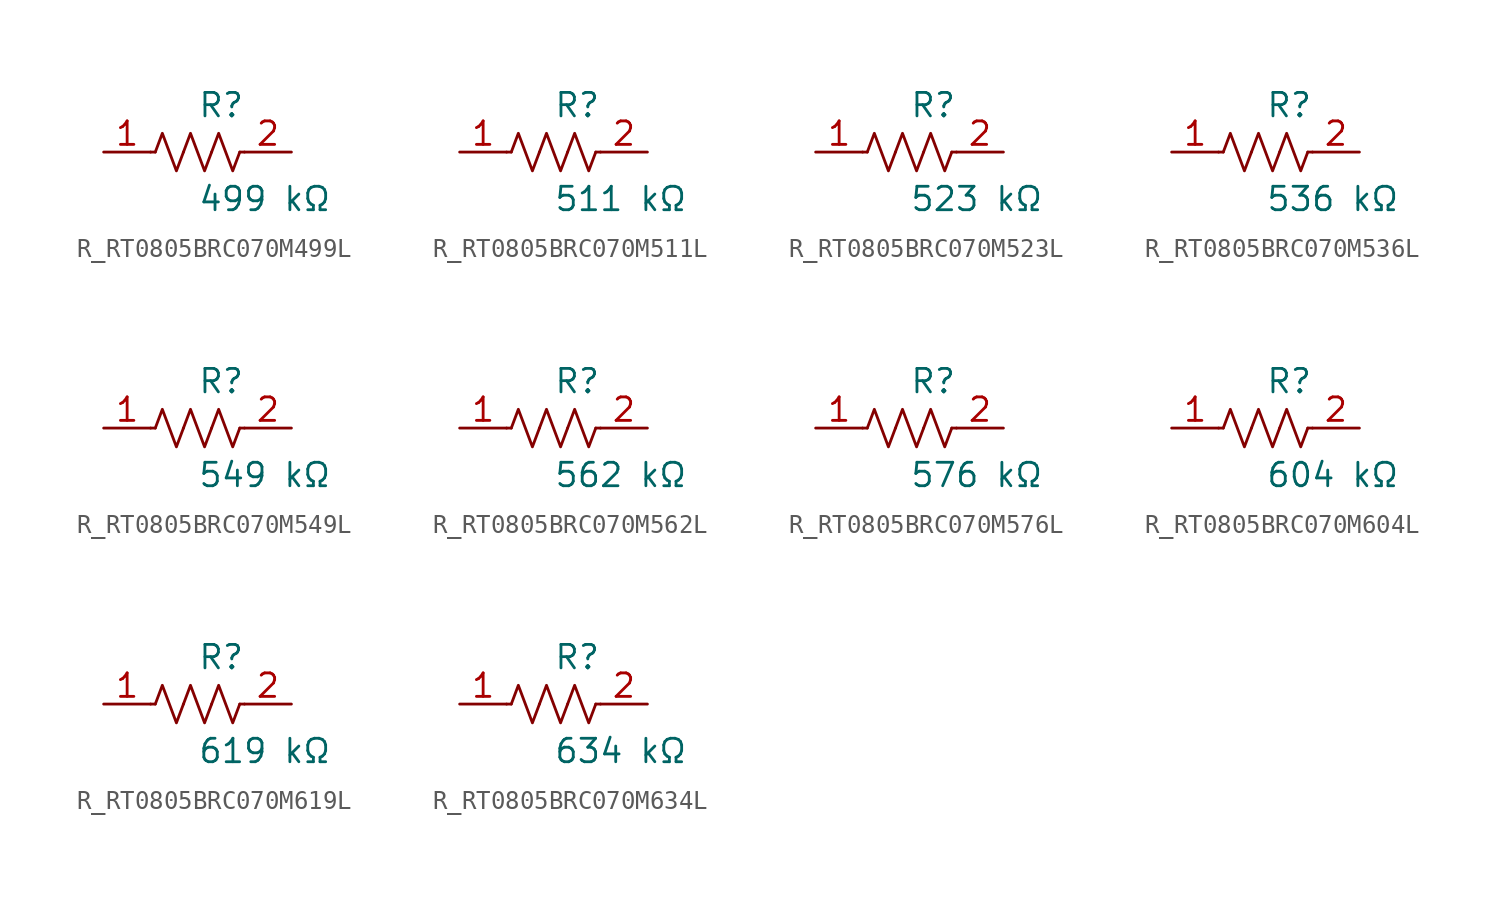
<source format=kicad_sym>
(kicad_symbol_lib
  (version 20231120)
  (generator kicad_symbol_editor)
  (generator_version 8.0)
  (symbol "R_RT0805BRC070M499L"
    (pin_names
      (offset 0.254))
    (property "Reference" "R"
      (at 0.0 2.54 0)
      (effects (font (size 1.27 1.27)) (justify left)))
    (property "Value" "499 kΩ"
      (at 0.0 -2.54 0)
      (effects (font (size 1.27 1.27)) (justify left)))
    (symbol "R_RT0805BRC070M499L_0_1"
      (polyline (pts (xy 2.286 0) (xy 2.54 0)) (stroke (width 0) (type default)) (fill (type none)))
      (polyline (pts (xy -2.286 0) (xy -2.54 0)) (stroke (width 0) (type default)) (fill (type none)))
      (polyline (pts (xy 0.762 0) (xy 1.143 1.016) (xy 1.524 0) (xy 1.905 -1.016) (xy 2.286 0)) (stroke (width 0) (type default)) (fill (type none)))
      (polyline (pts (xy -0.762 0) (xy -0.381 1.016) (xy 0 0) (xy 0.381 -1.016) (xy 0.762 0)) (stroke (width 0) (type default)) (fill (type none)))
      (polyline (pts (xy -2.286 0) (xy -1.905 1.016) (xy -1.524 0) (xy -1.143 -1.016) (xy -0.762 0)) (stroke (width 0) (type default)) (fill (type none))))
    (pin unspecified line
      (at -5.08 0 0)
      (length 2.54)
      (name "" (effects (font (size 1.27 1.27))))
      (number "1" (effects (font (size 1.27 1.27)))))
    (pin unspecified line
      (at 5.08 0 180)
      (length 2.54)
      (name "" (effects (font (size 1.27 1.27))))
      (number "2" (effects (font (size 1.27 1.27))))))
  (symbol "R_RT0805BRC070M511L"
    (pin_names
      (offset 0.254))
    (property "Reference" "R"
      (at 0.0 2.54 0)
      (effects (font (size 1.27 1.27)) (justify left)))
    (property "Value" "511 kΩ"
      (at 0.0 -2.54 0)
      (effects (font (size 1.27 1.27)) (justify left)))
    (symbol "R_RT0805BRC070M511L_0_1"
      (polyline (pts (xy 2.286 0) (xy 2.54 0)) (stroke (width 0) (type default)) (fill (type none)))
      (polyline (pts (xy -2.286 0) (xy -2.54 0)) (stroke (width 0) (type default)) (fill (type none)))
      (polyline (pts (xy 0.762 0) (xy 1.143 1.016) (xy 1.524 0) (xy 1.905 -1.016) (xy 2.286 0)) (stroke (width 0) (type default)) (fill (type none)))
      (polyline (pts (xy -0.762 0) (xy -0.381 1.016) (xy 0 0) (xy 0.381 -1.016) (xy 0.762 0)) (stroke (width 0) (type default)) (fill (type none)))
      (polyline (pts (xy -2.286 0) (xy -1.905 1.016) (xy -1.524 0) (xy -1.143 -1.016) (xy -0.762 0)) (stroke (width 0) (type default)) (fill (type none))))
    (pin unspecified line
      (at -5.08 0 0)
      (length 2.54)
      (name "" (effects (font (size 1.27 1.27))))
      (number "1" (effects (font (size 1.27 1.27)))))
    (pin unspecified line
      (at 5.08 0 180)
      (length 2.54)
      (name "" (effects (font (size 1.27 1.27))))
      (number "2" (effects (font (size 1.27 1.27))))))
  (symbol "R_RT0805BRC070M523L"
    (pin_names
      (offset 0.254))
    (property "Reference" "R"
      (at 0.0 2.54 0)
      (effects (font (size 1.27 1.27)) (justify left)))
    (property "Value" "523 kΩ"
      (at 0.0 -2.54 0)
      (effects (font (size 1.27 1.27)) (justify left)))
    (symbol "R_RT0805BRC070M523L_0_1"
      (polyline (pts (xy 2.286 0) (xy 2.54 0)) (stroke (width 0) (type default)) (fill (type none)))
      (polyline (pts (xy -2.286 0) (xy -2.54 0)) (stroke (width 0) (type default)) (fill (type none)))
      (polyline (pts (xy 0.762 0) (xy 1.143 1.016) (xy 1.524 0) (xy 1.905 -1.016) (xy 2.286 0)) (stroke (width 0) (type default)) (fill (type none)))
      (polyline (pts (xy -0.762 0) (xy -0.381 1.016) (xy 0 0) (xy 0.381 -1.016) (xy 0.762 0)) (stroke (width 0) (type default)) (fill (type none)))
      (polyline (pts (xy -2.286 0) (xy -1.905 1.016) (xy -1.524 0) (xy -1.143 -1.016) (xy -0.762 0)) (stroke (width 0) (type default)) (fill (type none))))
    (pin unspecified line
      (at -5.08 0 0)
      (length 2.54)
      (name "" (effects (font (size 1.27 1.27))))
      (number "1" (effects (font (size 1.27 1.27)))))
    (pin unspecified line
      (at 5.08 0 180)
      (length 2.54)
      (name "" (effects (font (size 1.27 1.27))))
      (number "2" (effects (font (size 1.27 1.27))))))
  (symbol "R_RT0805BRC070M536L"
    (pin_names
      (offset 0.254))
    (property "Reference" "R"
      (at 0.0 2.54 0)
      (effects (font (size 1.27 1.27)) (justify left)))
    (property "Value" "536 kΩ"
      (at 0.0 -2.54 0)
      (effects (font (size 1.27 1.27)) (justify left)))
    (symbol "R_RT0805BRC070M536L_0_1"
      (polyline (pts (xy 2.286 0) (xy 2.54 0)) (stroke (width 0) (type default)) (fill (type none)))
      (polyline (pts (xy -2.286 0) (xy -2.54 0)) (stroke (width 0) (type default)) (fill (type none)))
      (polyline (pts (xy 0.762 0) (xy 1.143 1.016) (xy 1.524 0) (xy 1.905 -1.016) (xy 2.286 0)) (stroke (width 0) (type default)) (fill (type none)))
      (polyline (pts (xy -0.762 0) (xy -0.381 1.016) (xy 0 0) (xy 0.381 -1.016) (xy 0.762 0)) (stroke (width 0) (type default)) (fill (type none)))
      (polyline (pts (xy -2.286 0) (xy -1.905 1.016) (xy -1.524 0) (xy -1.143 -1.016) (xy -0.762 0)) (stroke (width 0) (type default)) (fill (type none))))
    (pin unspecified line
      (at -5.08 0 0)
      (length 2.54)
      (name "" (effects (font (size 1.27 1.27))))
      (number "1" (effects (font (size 1.27 1.27)))))
    (pin unspecified line
      (at 5.08 0 180)
      (length 2.54)
      (name "" (effects (font (size 1.27 1.27))))
      (number "2" (effects (font (size 1.27 1.27))))))
  (symbol "R_RT0805BRC070M549L"
    (pin_names
      (offset 0.254))
    (property "Reference" "R"
      (at 0.0 2.54 0)
      (effects (font (size 1.27 1.27)) (justify left)))
    (property "Value" "549 kΩ"
      (at 0.0 -2.54 0)
      (effects (font (size 1.27 1.27)) (justify left)))
    (symbol "R_RT0805BRC070M549L_0_1"
      (polyline (pts (xy 2.286 0) (xy 2.54 0)) (stroke (width 0) (type default)) (fill (type none)))
      (polyline (pts (xy -2.286 0) (xy -2.54 0)) (stroke (width 0) (type default)) (fill (type none)))
      (polyline (pts (xy 0.762 0) (xy 1.143 1.016) (xy 1.524 0) (xy 1.905 -1.016) (xy 2.286 0)) (stroke (width 0) (type default)) (fill (type none)))
      (polyline (pts (xy -0.762 0) (xy -0.381 1.016) (xy 0 0) (xy 0.381 -1.016) (xy 0.762 0)) (stroke (width 0) (type default)) (fill (type none)))
      (polyline (pts (xy -2.286 0) (xy -1.905 1.016) (xy -1.524 0) (xy -1.143 -1.016) (xy -0.762 0)) (stroke (width 0) (type default)) (fill (type none))))
    (pin unspecified line
      (at -5.08 0 0)
      (length 2.54)
      (name "" (effects (font (size 1.27 1.27))))
      (number "1" (effects (font (size 1.27 1.27)))))
    (pin unspecified line
      (at 5.08 0 180)
      (length 2.54)
      (name "" (effects (font (size 1.27 1.27))))
      (number "2" (effects (font (size 1.27 1.27))))))
  (symbol "R_RT0805BRC070M562L"
    (pin_names
      (offset 0.254))
    (property "Reference" "R"
      (at 0.0 2.54 0)
      (effects (font (size 1.27 1.27)) (justify left)))
    (property "Value" "562 kΩ"
      (at 0.0 -2.54 0)
      (effects (font (size 1.27 1.27)) (justify left)))
    (symbol "R_RT0805BRC070M562L_0_1"
      (polyline (pts (xy 2.286 0) (xy 2.54 0)) (stroke (width 0) (type default)) (fill (type none)))
      (polyline (pts (xy -2.286 0) (xy -2.54 0)) (stroke (width 0) (type default)) (fill (type none)))
      (polyline (pts (xy 0.762 0) (xy 1.143 1.016) (xy 1.524 0) (xy 1.905 -1.016) (xy 2.286 0)) (stroke (width 0) (type default)) (fill (type none)))
      (polyline (pts (xy -0.762 0) (xy -0.381 1.016) (xy 0 0) (xy 0.381 -1.016) (xy 0.762 0)) (stroke (width 0) (type default)) (fill (type none)))
      (polyline (pts (xy -2.286 0) (xy -1.905 1.016) (xy -1.524 0) (xy -1.143 -1.016) (xy -0.762 0)) (stroke (width 0) (type default)) (fill (type none))))
    (pin unspecified line
      (at -5.08 0 0)
      (length 2.54)
      (name "" (effects (font (size 1.27 1.27))))
      (number "1" (effects (font (size 1.27 1.27)))))
    (pin unspecified line
      (at 5.08 0 180)
      (length 2.54)
      (name "" (effects (font (size 1.27 1.27))))
      (number "2" (effects (font (size 1.27 1.27))))))
  (symbol "R_RT0805BRC070M576L"
    (pin_names
      (offset 0.254))
    (property "Reference" "R"
      (at 0.0 2.54 0)
      (effects (font (size 1.27 1.27)) (justify left)))
    (property "Value" "576 kΩ"
      (at 0.0 -2.54 0)
      (effects (font (size 1.27 1.27)) (justify left)))
    (symbol "R_RT0805BRC070M576L_0_1"
      (polyline (pts (xy 2.286 0) (xy 2.54 0)) (stroke (width 0) (type default)) (fill (type none)))
      (polyline (pts (xy -2.286 0) (xy -2.54 0)) (stroke (width 0) (type default)) (fill (type none)))
      (polyline (pts (xy 0.762 0) (xy 1.143 1.016) (xy 1.524 0) (xy 1.905 -1.016) (xy 2.286 0)) (stroke (width 0) (type default)) (fill (type none)))
      (polyline (pts (xy -0.762 0) (xy -0.381 1.016) (xy 0 0) (xy 0.381 -1.016) (xy 0.762 0)) (stroke (width 0) (type default)) (fill (type none)))
      (polyline (pts (xy -2.286 0) (xy -1.905 1.016) (xy -1.524 0) (xy -1.143 -1.016) (xy -0.762 0)) (stroke (width 0) (type default)) (fill (type none))))
    (pin unspecified line
      (at -5.08 0 0)
      (length 2.54)
      (name "" (effects (font (size 1.27 1.27))))
      (number "1" (effects (font (size 1.27 1.27)))))
    (pin unspecified line
      (at 5.08 0 180)
      (length 2.54)
      (name "" (effects (font (size 1.27 1.27))))
      (number "2" (effects (font (size 1.27 1.27))))))
  (symbol "R_RT0805BRC070M604L"
    (pin_names
      (offset 0.254))
    (property "Reference" "R"
      (at 0.0 2.54 0)
      (effects (font (size 1.27 1.27)) (justify left)))
    (property "Value" "604 kΩ"
      (at 0.0 -2.54 0)
      (effects (font (size 1.27 1.27)) (justify left)))
    (symbol "R_RT0805BRC070M604L_0_1"
      (polyline (pts (xy 2.286 0) (xy 2.54 0)) (stroke (width 0) (type default)) (fill (type none)))
      (polyline (pts (xy -2.286 0) (xy -2.54 0)) (stroke (width 0) (type default)) (fill (type none)))
      (polyline (pts (xy 0.762 0) (xy 1.143 1.016) (xy 1.524 0) (xy 1.905 -1.016) (xy 2.286 0)) (stroke (width 0) (type default)) (fill (type none)))
      (polyline (pts (xy -0.762 0) (xy -0.381 1.016) (xy 0 0) (xy 0.381 -1.016) (xy 0.762 0)) (stroke (width 0) (type default)) (fill (type none)))
      (polyline (pts (xy -2.286 0) (xy -1.905 1.016) (xy -1.524 0) (xy -1.143 -1.016) (xy -0.762 0)) (stroke (width 0) (type default)) (fill (type none))))
    (pin unspecified line
      (at -5.08 0 0)
      (length 2.54)
      (name "" (effects (font (size 1.27 1.27))))
      (number "1" (effects (font (size 1.27 1.27)))))
    (pin unspecified line
      (at 5.08 0 180)
      (length 2.54)
      (name "" (effects (font (size 1.27 1.27))))
      (number "2" (effects (font (size 1.27 1.27))))))
  (symbol "R_RT0805BRC070M619L"
    (pin_names
      (offset 0.254))
    (property "Reference" "R"
      (at 0.0 2.54 0)
      (effects (font (size 1.27 1.27)) (justify left)))
    (property "Value" "619 kΩ"
      (at 0.0 -2.54 0)
      (effects (font (size 1.27 1.27)) (justify left)))
    (symbol "R_RT0805BRC070M619L_0_1"
      (polyline (pts (xy 2.286 0) (xy 2.54 0)) (stroke (width 0) (type default)) (fill (type none)))
      (polyline (pts (xy -2.286 0) (xy -2.54 0)) (stroke (width 0) (type default)) (fill (type none)))
      (polyline (pts (xy 0.762 0) (xy 1.143 1.016) (xy 1.524 0) (xy 1.905 -1.016) (xy 2.286 0)) (stroke (width 0) (type default)) (fill (type none)))
      (polyline (pts (xy -0.762 0) (xy -0.381 1.016) (xy 0 0) (xy 0.381 -1.016) (xy 0.762 0)) (stroke (width 0) (type default)) (fill (type none)))
      (polyline (pts (xy -2.286 0) (xy -1.905 1.016) (xy -1.524 0) (xy -1.143 -1.016) (xy -0.762 0)) (stroke (width 0) (type default)) (fill (type none))))
    (pin unspecified line
      (at -5.08 0 0)
      (length 2.54)
      (name "" (effects (font (size 1.27 1.27))))
      (number "1" (effects (font (size 1.27 1.27)))))
    (pin unspecified line
      (at 5.08 0 180)
      (length 2.54)
      (name "" (effects (font (size 1.27 1.27))))
      (number "2" (effects (font (size 1.27 1.27))))))
  (symbol "R_RT0805BRC070M634L"
    (pin_names
      (offset 0.254))
    (property "Reference" "R"
      (at 0.0 2.54 0)
      (effects (font (size 1.27 1.27)) (justify left)))
    (property "Value" "634 kΩ"
      (at 0.0 -2.54 0)
      (effects (font (size 1.27 1.27)) (justify left)))
    (symbol "R_RT0805BRC070M634L_0_1"
      (polyline (pts (xy 2.286 0) (xy 2.54 0)) (stroke (width 0) (type default)) (fill (type none)))
      (polyline (pts (xy -2.286 0) (xy -2.54 0)) (stroke (width 0) (type default)) (fill (type none)))
      (polyline (pts (xy 0.762 0) (xy 1.143 1.016) (xy 1.524 0) (xy 1.905 -1.016) (xy 2.286 0)) (stroke (width 0) (type default)) (fill (type none)))
      (polyline (pts (xy -0.762 0) (xy -0.381 1.016) (xy 0 0) (xy 0.381 -1.016) (xy 0.762 0)) (stroke (width 0) (type default)) (fill (type none)))
      (polyline (pts (xy -2.286 0) (xy -1.905 1.016) (xy -1.524 0) (xy -1.143 -1.016) (xy -0.762 0)) (stroke (width 0) (type default)) (fill (type none))))
    (pin unspecified line
      (at -5.08 0 0)
      (length 2.54)
      (name "" (effects (font (size 1.27 1.27))))
      (number "1" (effects (font (size 1.27 1.27)))))
    (pin unspecified line
      (at 5.08 0 180)
      (length 2.54)
      (name "" (effects (font (size 1.27 1.27))))
      (number "2" (effects (font (size 1.27 1.27)))))))
</source>
